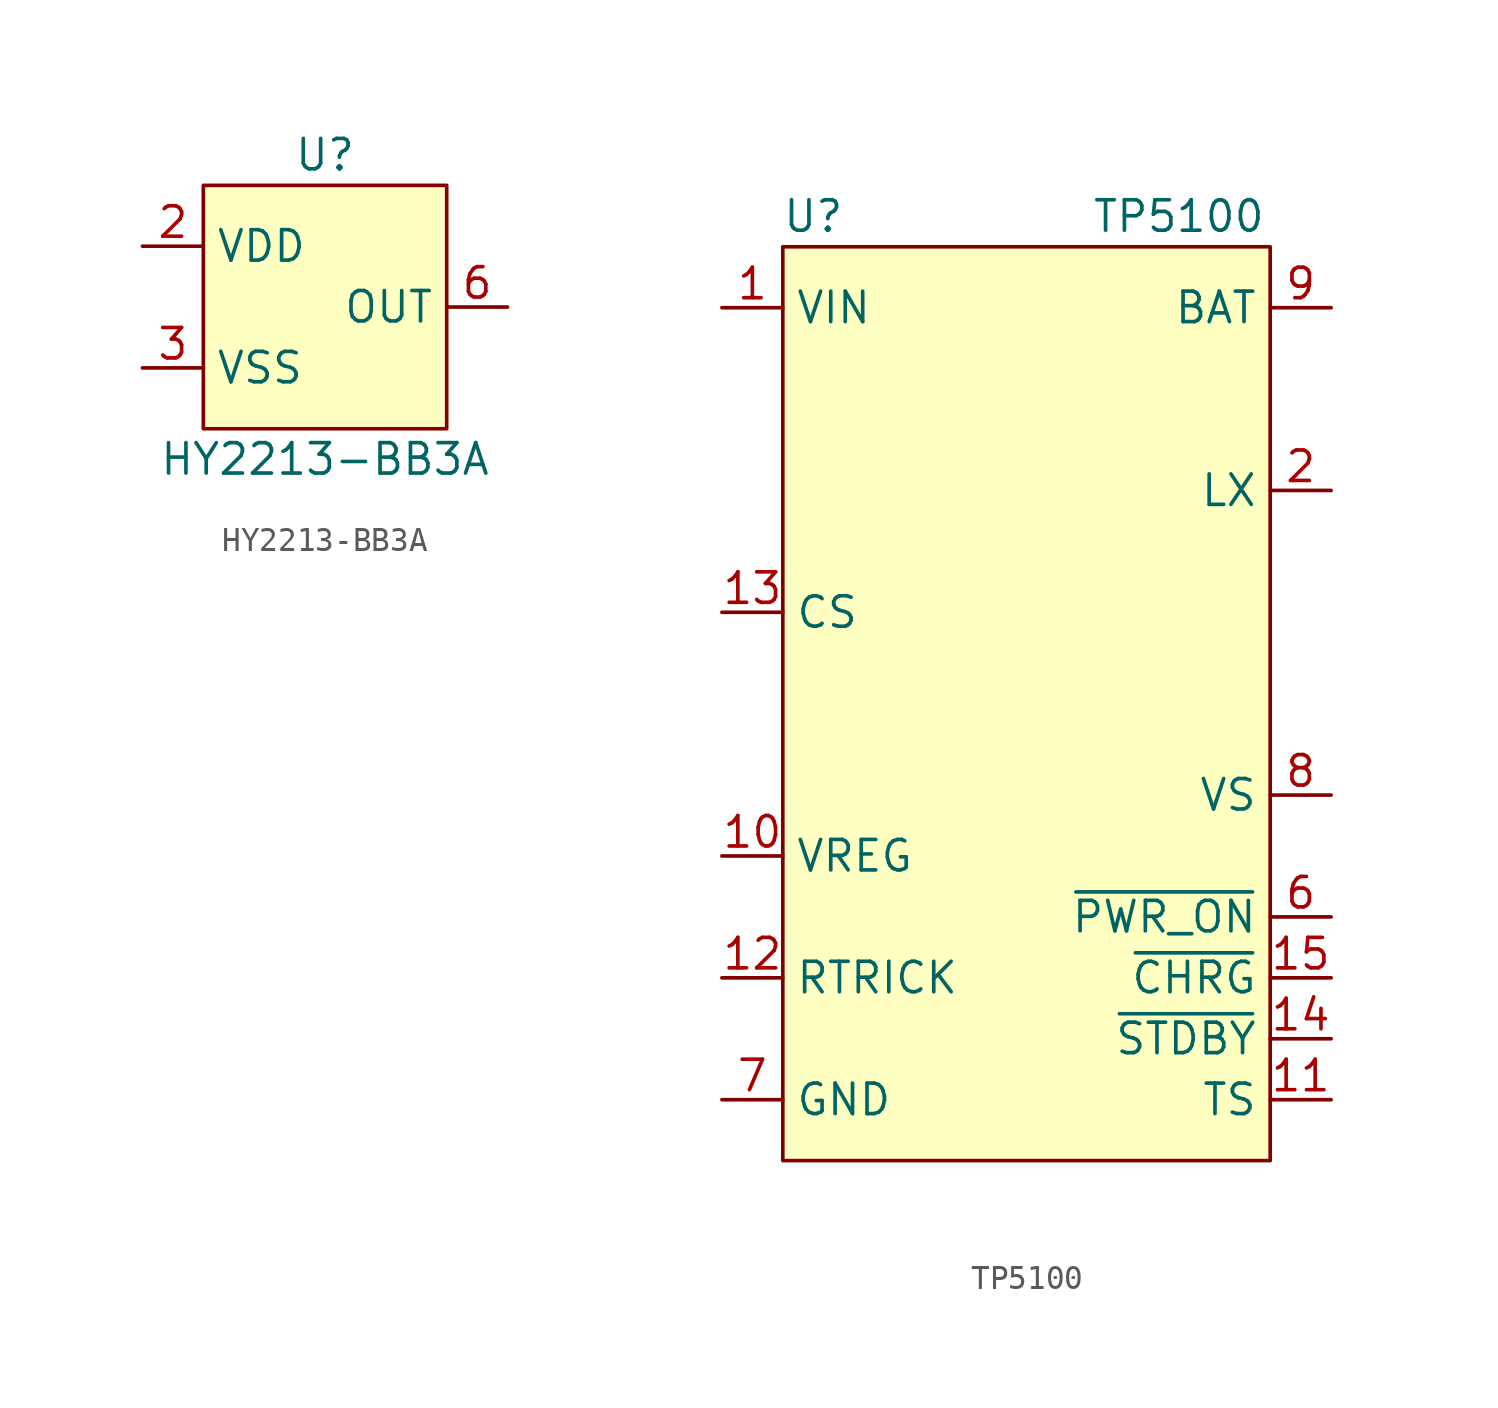
<source format=kicad_sym>
(kicad_symbol_lib
  (version 20220914)
  (generator kicad_symbol_editor)
  (symbol "HY2213-BB3A"
    (property "Reference" "U"
      (at 0 6.35 0)
      (effects (font (size 1.27 1.27))))
    (property "Value" "HY2213-BB3A"
      (at 0 -6.35 0)
      (effects (font (size 1.27 1.27))))
    (symbol "HY2213-BB3A_1_1"
      (rectangle (start -5.08 5.08) (end 5.08 -5.08) (stroke (width 0) (type default)) (fill (type background)))
      (pin free line (at 5.08 2.54 180) (length 0) hide (name "NC" (effects (font (size 1.27 1.27)))) (number "1" (effects (font (size 1.27 1.27)))))
      (pin input line (at -7.62 2.54 0) (length 2.54) (name "VDD" (effects (font (size 1.27 1.27)))) (number "2" (effects (font (size 1.27 1.27)))))
      (pin input line (at -7.62 -2.54 0) (length 2.54) (name "VSS" (effects (font (size 1.27 1.27)))) (number "3" (effects (font (size 1.27 1.27)))))
      (pin free line (at 5.08 2.54 180) (length 0) hide (name "NC" (effects (font (size 1.27 1.27)))) (number "4" (effects (font (size 1.27 1.27)))))
      (pin free line (at 5.08 2.54 180) (length 0) hide (name "NC" (effects (font (size 1.27 1.27)))) (number "5" (effects (font (size 1.27 1.27)))))
      (pin output line (at 7.62 0 180) (length 2.54) (name "OUT" (effects (font (size 1.27 1.27)))) (number "6" (effects (font (size 1.27 1.27)))))))
  (symbol "TP5100"
    (property "Reference" "U"
      (at -8.89 20.32 0)
      (effects (font (size 1.27 1.27))))
    (property "Value" "TP5100"
      (at 6.35 20.32 0)
      (effects (font (size 1.27 1.27))))
    (symbol "TP5100_1_1"
      (rectangle (start -10.16 19.05) (end 10.16 -19.05) (stroke (width 0) (type default)) (fill (type background)))
      (pin power_in line (at -12.7 16.51 0) (length 2.54) (name "VIN" (effects (font (size 1.27 1.27)))) (number "1" (effects (font (size 1.27 1.27)))))
      (pin passive line (at -12.7 -6.35 0) (length 2.54) (name "VREG" (effects (font (size 1.27 1.27)))) (number "10" (effects (font (size 1.27 1.27)))))
      (pin passive line (at 12.7 -16.51 180) (length 2.54) (name "TS" (effects (font (size 1.27 1.27)))) (number "11" (effects (font (size 1.27 1.27)))))
      (pin passive line (at -12.7 -11.43 0) (length 2.54) (name "RTRICK" (effects (font (size 1.27 1.27)))) (number "12" (effects (font (size 1.27 1.27)))))
      (pin input line (at -12.7 3.81 0) (length 2.54) (name "CS" (effects (font (size 1.27 1.27)))) (number "13" (effects (font (size 1.27 1.27)))))
      (pin open_collector line (at 12.7 -13.97 180) (length 2.54) (name "~{STDBY}" (effects (font (size 1.27 1.27)))) (number "14" (effects (font (size 1.27 1.27)))))
      (pin open_collector line (at 12.7 -11.43 180) (length 2.54) (name "~{CHRG}" (effects (font (size 1.27 1.27)))) (number "15" (effects (font (size 1.27 1.27)))))
      (pin passive line (at -12.7 16.51 0) (length 2.54) hide (name "VIN" (effects (font (size 1.27 1.27)))) (number "16" (effects (font (size 1.27 1.27)))))
      (pin passive line (at -12.7 -16.51 0) (length 2.54) hide (name "GND" (effects (font (size 1.27 1.27)))) (number "17" (effects (font (size 1.27 1.27)))))
      (pin passive line (at 12.7 8.89 180) (length 2.54) (name "LX" (effects (font (size 1.27 1.27)))) (number "2" (effects (font (size 1.27 1.27)))))
      (pin passive line (at 12.7 8.89 180) (length 2.54) hide (name "LX" (effects (font (size 1.27 1.27)))) (number "3" (effects (font (size 1.27 1.27)))))
      (pin passive line (at -12.7 16.51 0) (length 2.54) hide (name "VIN" (effects (font (size 1.27 1.27)))) (number "4" (effects (font (size 1.27 1.27)))))
      (pin passive line (at -12.7 16.51 0) (length 2.54) hide (name "VIN" (effects (font (size 1.27 1.27)))) (number "5" (effects (font (size 1.27 1.27)))))
      (pin output line (at 12.7 -8.89 180) (length 2.54) (name "~{PWR_ON}" (effects (font (size 1.27 1.27)))) (number "6" (effects (font (size 1.27 1.27)))))
      (pin power_in line (at -12.7 -16.51 0) (length 2.54) (name "GND" (effects (font (size 1.27 1.27)))) (number "7" (effects (font (size 1.27 1.27)))))
      (pin passive line (at 12.7 -3.81 180) (length 2.54) (name "VS" (effects (font (size 1.27 1.27)))) (number "8" (effects (font (size 1.27 1.27)))))
      (pin passive line (at 12.7 16.51 180) (length 2.54) (name "BAT" (effects (font (size 1.27 1.27)))) (number "9" (effects (font (size 1.27 1.27))))))))
</source>
